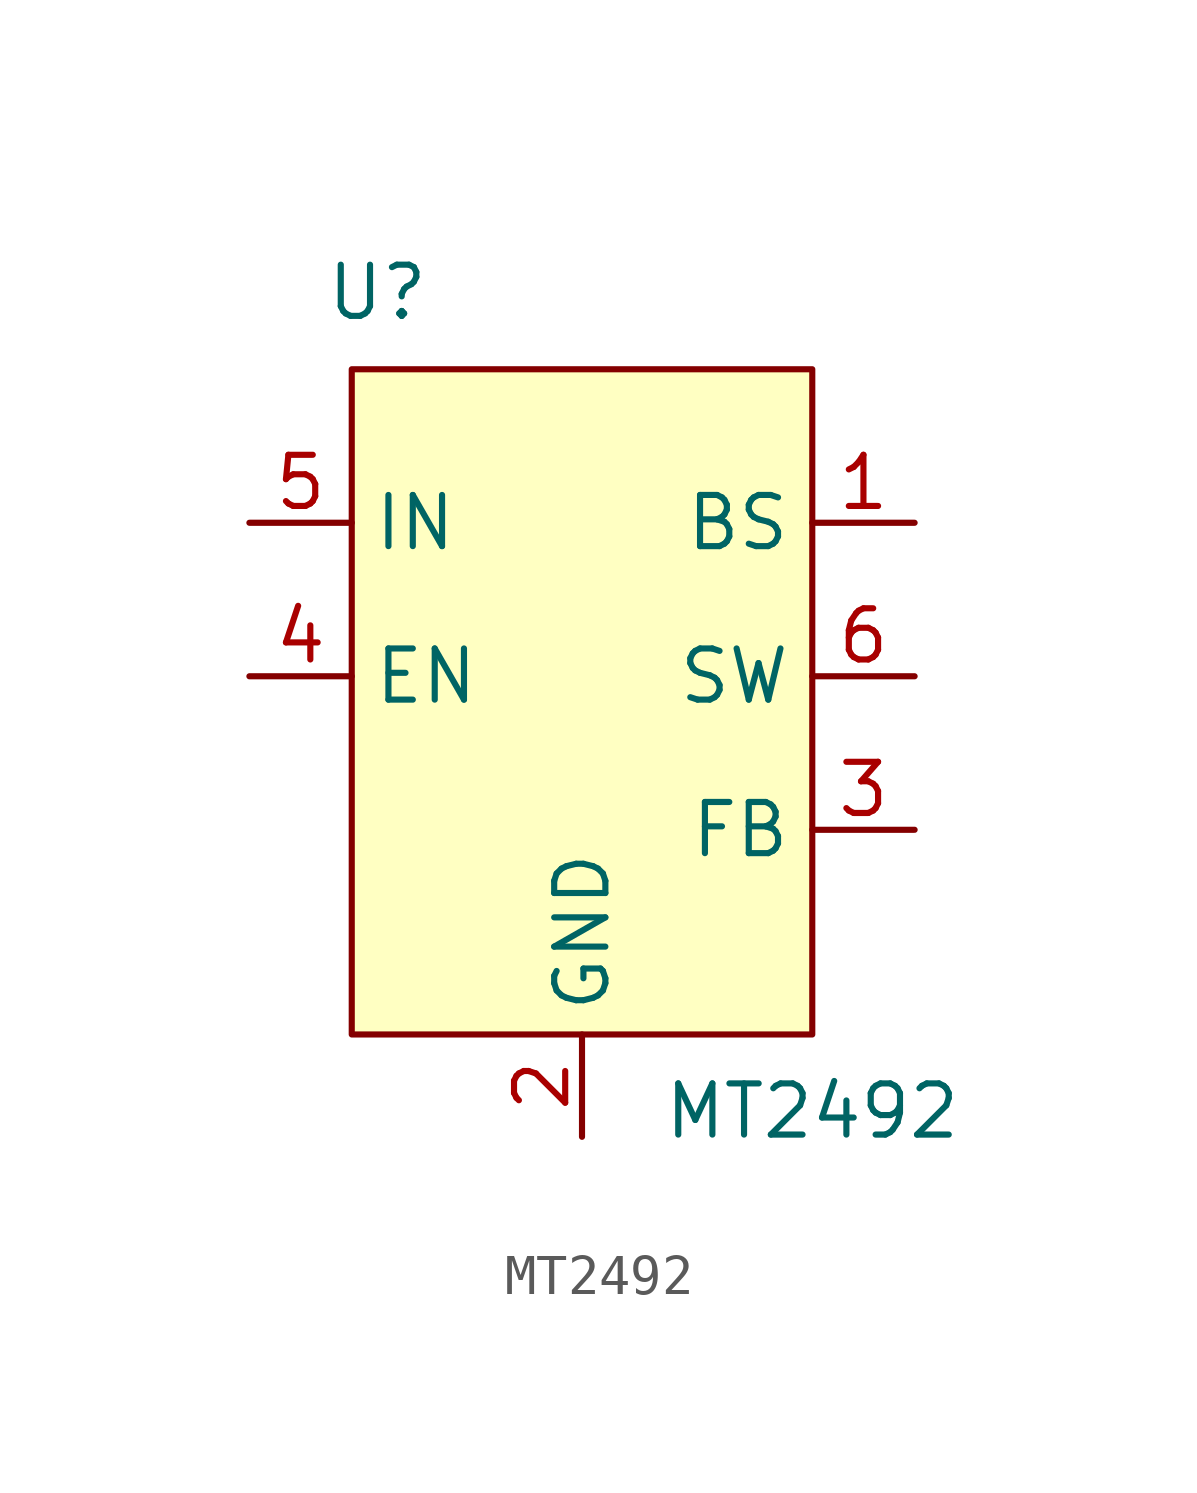
<source format=kicad_sym>
(kicad_symbol_lib
  (version 20211014)
  (generator kicad_symbol_editor)
  (symbol "MT2492"
    (property "Reference" "U"
      (at -5.08 10.16 0)
      (effects (font (size 1.27 1.27))))
    (property "Value" "MT2492"
      (at 5.715 -10.16 0)
      (effects (font (size 1.27 1.27))))
    (symbol "MT2492_0_1"
      (rectangle (start -5.715 8.255) (end 5.715 -8.255) (stroke (width 0.152) (type default) (color 0 0 0 0)) (fill (type background))))
    (symbol "MT2492_1_1"
      (pin input line (at 8.255 4.445 180) (length 2.54) (name "BS" (effects (font (size 1.27 1.27)))) (number "1" (effects (font (size 1.27 1.27)))))
      (pin input line (at 0 -10.795 90) (length 2.54) (name "GND" (effects (font (size 1.27 1.27)))) (number "2" (effects (font (size 1.27 1.27)))))
      (pin input line (at 8.255 -3.175 180) (length 2.54) (name "FB" (effects (font (size 1.27 1.27)))) (number "3" (effects (font (size 1.27 1.27)))))
      (pin input line (at -8.255 0.635 0) (length 2.54) (name "EN" (effects (font (size 1.27 1.27)))) (number "4" (effects (font (size 1.27 1.27)))))
      (pin input line (at -8.255 4.445 0) (length 2.54) (name "IN" (effects (font (size 1.27 1.27)))) (number "5" (effects (font (size 1.27 1.27)))))
      (pin input line (at 8.255 0.635 180) (length 2.54) (name "SW" (effects (font (size 1.27 1.27)))) (number "6" (effects (font (size 1.27 1.27))))))))
</source>
